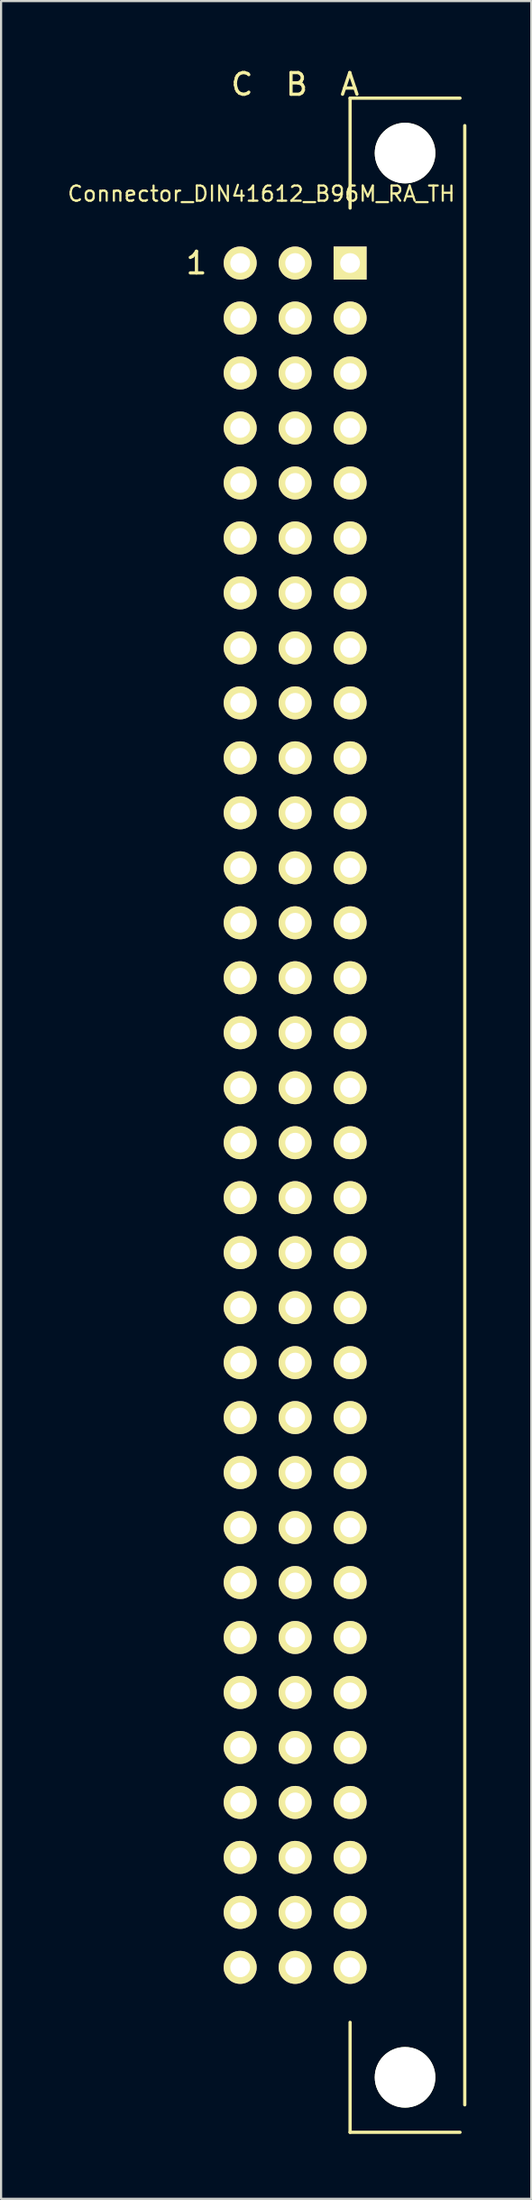
<source format=kicad_pcb>
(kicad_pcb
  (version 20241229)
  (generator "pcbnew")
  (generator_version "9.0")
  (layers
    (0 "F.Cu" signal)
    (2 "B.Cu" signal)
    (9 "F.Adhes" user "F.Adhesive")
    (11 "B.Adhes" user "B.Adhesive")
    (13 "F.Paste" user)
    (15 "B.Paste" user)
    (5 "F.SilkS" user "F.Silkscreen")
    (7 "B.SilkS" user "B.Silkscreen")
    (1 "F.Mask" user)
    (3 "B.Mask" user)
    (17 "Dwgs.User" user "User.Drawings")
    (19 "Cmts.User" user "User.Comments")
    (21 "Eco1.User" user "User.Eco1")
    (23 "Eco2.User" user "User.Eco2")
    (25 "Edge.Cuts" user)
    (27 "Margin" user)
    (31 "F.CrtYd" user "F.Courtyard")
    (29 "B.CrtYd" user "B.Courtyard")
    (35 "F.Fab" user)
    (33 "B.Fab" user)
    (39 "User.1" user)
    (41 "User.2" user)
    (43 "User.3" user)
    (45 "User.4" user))
  (footprint "Connector_DIN41612_B96M_RA_TH"
    (layer "F.Cu")
    (at 13.13 9.103)
    (property "Reference" "Connector_DIN41612_B96M_RA_TH" (at -4.1 -3.2 0) (layer "F.SilkS") (effects (font (size 0.7 0.7) (thickness 0.1))))
    (attr through_hole)
    (fp_line (start 0 -7.62) (end 5.08 -7.62) (stroke (width 0.15) (type solid)) (layer "F.SilkS"))
    (fp_line (start 0 -2.54) (end 0 -7.62) (stroke (width 0.15) (type solid)) (layer "F.SilkS"))
    (fp_line (start 0 81.28) (end 0 86.36) (stroke (width 0.15) (type solid)) (layer "F.SilkS"))
    (fp_line (start 0 86.36) (end 5.08 86.36) (stroke (width 0.15) (type solid)) (layer "F.SilkS"))
    (fp_line (start 5.3 85.09) (end 5.3 -6.35) (stroke (width 0.15) (type solid)) (layer "F.SilkS"))
    (fp_text user "1" (at -7.1 0 0) (layer "F.SilkS") (effects (font (size 1 1) (thickness 0.15))))
    (fp_text user "C  B  A" (at -2.54 -8.255 0) (layer "F.SilkS") (effects (font (size 1 1) (thickness 0.15))))
    (pad "" np_thru_hole circle (at 2.54 -5.08) (size 2.8 2.8) (drill 2.8) (layers "*.Cu" "*.Mask" "F.SilkS"))
    (pad "" np_thru_hole circle (at 2.54 83.82) (size 2.8 2.8) (drill 2.8) (layers "*.Cu" "*.Mask" "F.SilkS"))
    (pad "A1" thru_hole rect (at 0 0) (size 1.524 1.524) (drill 0.914) (layers "*.Cu" "*.Mask" "F.SilkS"))
    (pad "A2" thru_hole circle (at 0 2.54) (size 1.524 1.524) (drill 0.914) (layers "*.Cu" "*.Mask" "F.SilkS"))
    (pad "A3" thru_hole circle (at 0 5.08) (size 1.524 1.524) (drill 0.914) (layers "*.Cu" "*.Mask" "F.SilkS"))
    (pad "A4" thru_hole circle (at 0 7.62) (size 1.524 1.524) (drill 0.914) (layers "*.Cu" "*.Mask" "F.SilkS"))
    (pad "A5" thru_hole circle (at 0 10.16) (size 1.524 1.524) (drill 0.914) (layers "*.Cu" "*.Mask" "F.SilkS"))
    (pad "A6" thru_hole circle (at 0 12.7) (size 1.524 1.524) (drill 0.914) (layers "*.Cu" "*.Mask" "F.SilkS"))
    (pad "A7" thru_hole circle (at 0 15.24) (size 1.524 1.524) (drill 0.914) (layers "*.Cu" "*.Mask" "F.SilkS"))
    (pad "A8" thru_hole circle (at 0 17.78) (size 1.524 1.524) (drill 0.914) (layers "*.Cu" "*.Mask" "F.SilkS"))
    (pad "A9" thru_hole circle (at 0 20.32) (size 1.524 1.524) (drill 0.914) (layers "*.Cu" "*.Mask" "F.SilkS"))
    (pad "A10" thru_hole circle (at 0 22.86) (size 1.524 1.524) (drill 0.914) (layers "*.Cu" "*.Mask" "F.SilkS"))
    (pad "A11" thru_hole circle (at 0 25.4) (size 1.524 1.524) (drill 0.914) (layers "*.Cu" "*.Mask" "F.SilkS"))
    (pad "A12" thru_hole circle (at 0 27.94) (size 1.524 1.524) (drill 0.914) (layers "*.Cu" "*.Mask" "F.SilkS"))
    (pad "A13" thru_hole circle (at 0 30.48) (size 1.524 1.524) (drill 0.914) (layers "*.Cu" "*.Mask" "F.SilkS"))
    (pad "A14" thru_hole circle (at 0 33.02) (size 1.524 1.524) (drill 0.914) (layers "*.Cu" "*.Mask" "F.SilkS"))
    (pad "A15" thru_hole circle (at 0 35.56) (size 1.524 1.524) (drill 0.914) (layers "*.Cu" "*.Mask" "F.SilkS"))
    (pad "A16" thru_hole circle (at 0 38.1) (size 1.524 1.524) (drill 0.914) (layers "*.Cu" "*.Mask" "F.SilkS"))
    (pad "A17" thru_hole circle (at 0 40.64) (size 1.524 1.524) (drill 0.914) (layers "*.Cu" "*.Mask" "F.SilkS"))
    (pad "A18" thru_hole circle (at 0 43.18) (size 1.524 1.524) (drill 0.914) (layers "*.Cu" "*.Mask" "F.SilkS"))
    (pad "A19" thru_hole circle (at 0 45.72) (size 1.524 1.524) (drill 0.914) (layers "*.Cu" "*.Mask" "F.SilkS"))
    (pad "A20" thru_hole circle (at 0 48.26) (size 1.524 1.524) (drill 0.914) (layers "*.Cu" "*.Mask" "F.SilkS"))
    (pad "A21" thru_hole circle (at 0 50.8) (size 1.524 1.524) (drill 0.914) (layers "*.Cu" "*.Mask" "F.SilkS"))
    (pad "A22" thru_hole circle (at 0 53.34) (size 1.524 1.524) (drill 0.914) (layers "*.Cu" "*.Mask" "F.SilkS"))
    (pad "A23" thru_hole circle (at 0 55.88) (size 1.524 1.524) (drill 0.914) (layers "*.Cu" "*.Mask" "F.SilkS"))
    (pad "A24" thru_hole circle (at 0 58.42) (size 1.524 1.524) (drill 0.914) (layers "*.Cu" "*.Mask" "F.SilkS"))
    (pad "A25" thru_hole circle (at 0 60.96) (size 1.524 1.524) (drill 0.914) (layers "*.Cu" "*.Mask" "F.SilkS"))
    (pad "A26" thru_hole circle (at 0 63.5) (size 1.524 1.524) (drill 0.914) (layers "*.Cu" "*.Mask" "F.SilkS"))
    (pad "A27" thru_hole circle (at 0 66.04) (size 1.524 1.524) (drill 0.914) (layers "*.Cu" "*.Mask" "F.SilkS"))
    (pad "A28" thru_hole circle (at 0 68.58) (size 1.524 1.524) (drill 0.914) (layers "*.Cu" "*.Mask" "F.SilkS"))
    (pad "A29" thru_hole circle (at 0 71.12) (size 1.524 1.524) (drill 0.914) (layers "*.Cu" "*.Mask" "F.SilkS"))
    (pad "A30" thru_hole circle (at 0 73.66) (size 1.524 1.524) (drill 0.914) (layers "*.Cu" "*.Mask" "F.SilkS"))
    (pad "A31" thru_hole circle (at 0 76.2) (size 1.524 1.524) (drill 0.914) (layers "*.Cu" "*.Mask" "F.SilkS"))
    (pad "A32" thru_hole circle (at 0 78.74) (size 1.524 1.524) (drill 0.914) (layers "*.Cu" "*.Mask" "F.SilkS"))
    (pad "B1" thru_hole circle (at -2.54 0) (size 1.524 1.524) (drill 0.914) (layers "*.Cu" "*.Mask" "F.SilkS"))
    (pad "B2" thru_hole circle (at -2.54 2.54) (size 1.524 1.524) (drill 0.914) (layers "*.Cu" "*.Mask" "F.SilkS"))
    (pad "B3" thru_hole circle (at -2.54 5.08) (size 1.524 1.524) (drill 0.914) (layers "*.Cu" "*.Mask" "F.SilkS"))
    (pad "B4" thru_hole circle (at -2.54 7.62) (size 1.524 1.524) (drill 0.914) (layers "*.Cu" "*.Mask" "F.SilkS"))
    (pad "B5" thru_hole circle (at -2.54 10.16) (size 1.524 1.524) (drill 0.914) (layers "*.Cu" "*.Mask" "F.SilkS"))
    (pad "B6" thru_hole circle (at -2.54 12.7) (size 1.524 1.524) (drill 0.914) (layers "*.Cu" "*.Mask" "F.SilkS"))
    (pad "B7" thru_hole circle (at -2.54 15.24) (size 1.524 1.524) (drill 0.914) (layers "*.Cu" "*.Mask" "F.SilkS"))
    (pad "B8" thru_hole circle (at -2.54 17.78) (size 1.524 1.524) (drill 0.914) (layers "*.Cu" "*.Mask" "F.SilkS"))
    (pad "B9" thru_hole circle (at -2.54 20.32) (size 1.524 1.524) (drill 0.914) (layers "*.Cu" "*.Mask" "F.SilkS"))
    (pad "B10" thru_hole circle (at -2.54 22.86) (size 1.524 1.524) (drill 0.914) (layers "*.Cu" "*.Mask" "F.SilkS"))
    (pad "B11" thru_hole circle (at -2.54 25.4) (size 1.524 1.524) (drill 0.914) (layers "*.Cu" "*.Mask" "F.SilkS"))
    (pad "B12" thru_hole circle (at -2.54 27.94) (size 1.524 1.524) (drill 0.914) (layers "*.Cu" "*.Mask" "F.SilkS"))
    (pad "B13" thru_hole circle (at -2.54 30.48) (size 1.524 1.524) (drill 0.914) (layers "*.Cu" "*.Mask" "F.SilkS"))
    (pad "B14" thru_hole circle (at -2.54 33.02) (size 1.524 1.524) (drill 0.914) (layers "*.Cu" "*.Mask" "F.SilkS"))
    (pad "B15" thru_hole circle (at -2.54 35.56) (size 1.524 1.524) (drill 0.914) (layers "*.Cu" "*.Mask" "F.SilkS"))
    (pad "B16" thru_hole circle (at -2.54 38.1) (size 1.524 1.524) (drill 0.914) (layers "*.Cu" "*.Mask" "F.SilkS"))
    (pad "B17" thru_hole circle (at -2.54 40.64) (size 1.524 1.524) (drill 0.914) (layers "*.Cu" "*.Mask" "F.SilkS"))
    (pad "B18" thru_hole circle (at -2.54 43.18) (size 1.524 1.524) (drill 0.914) (layers "*.Cu" "*.Mask" "F.SilkS"))
    (pad "B19" thru_hole circle (at -2.54 45.72) (size 1.524 1.524) (drill 0.914) (layers "*.Cu" "*.Mask" "F.SilkS"))
    (pad "B20" thru_hole circle (at -2.54 48.26) (size 1.524 1.524) (drill 0.914) (layers "*.Cu" "*.Mask" "F.SilkS"))
    (pad "B21" thru_hole circle (at -2.54 50.8) (size 1.524 1.524) (drill 0.914) (layers "*.Cu" "*.Mask" "F.SilkS"))
    (pad "B22" thru_hole circle (at -2.54 53.34) (size 1.524 1.524) (drill 0.914) (layers "*.Cu" "*.Mask" "F.SilkS"))
    (pad "B23" thru_hole circle (at -2.54 55.88) (size 1.524 1.524) (drill 0.914) (layers "*.Cu" "*.Mask" "F.SilkS"))
    (pad "B24" thru_hole circle (at -2.54 58.42) (size 1.524 1.524) (drill 0.914) (layers "*.Cu" "*.Mask" "F.SilkS"))
    (pad "B25" thru_hole circle (at -2.54 60.96) (size 1.524 1.524) (drill 0.914) (layers "*.Cu" "*.Mask" "F.SilkS"))
    (pad "B26" thru_hole circle (at -2.54 63.5) (size 1.524 1.524) (drill 0.914) (layers "*.Cu" "*.Mask" "F.SilkS"))
    (pad "B27" thru_hole circle (at -2.54 66.04) (size 1.524 1.524) (drill 0.914) (layers "*.Cu" "*.Mask" "F.SilkS"))
    (pad "B28" thru_hole circle (at -2.54 68.58) (size 1.524 1.524) (drill 0.914) (layers "*.Cu" "*.Mask" "F.SilkS"))
    (pad "B29" thru_hole circle (at -2.54 71.12) (size 1.524 1.524) (drill 0.914) (layers "*.Cu" "*.Mask" "F.SilkS"))
    (pad "B30" thru_hole circle (at -2.54 73.66) (size 1.524 1.524) (drill 0.914) (layers "*.Cu" "*.Mask" "F.SilkS"))
    (pad "B31" thru_hole circle (at -2.54 76.2) (size 1.524 1.524) (drill 0.914) (layers "*.Cu" "*.Mask" "F.SilkS"))
    (pad "B32" thru_hole circle (at -2.54 78.74) (size 1.524 1.524) (drill 0.914) (layers "*.Cu" "*.Mask" "F.SilkS"))
    (pad "C1" thru_hole circle (at -5.08 0) (size 1.524 1.524) (drill 0.914) (layers "*.Cu" "*.Mask" "F.SilkS"))
    (pad "C2" thru_hole circle (at -5.08 2.54) (size 1.524 1.524) (drill 0.914) (layers "*.Cu" "*.Mask" "F.SilkS"))
    (pad "C3" thru_hole circle (at -5.08 5.08) (size 1.524 1.524) (drill 0.914) (layers "*.Cu" "*.Mask" "F.SilkS"))
    (pad "C4" thru_hole circle (at -5.08 7.62) (size 1.524 1.524) (drill 0.914) (layers "*.Cu" "*.Mask" "F.SilkS"))
    (pad "C5" thru_hole circle (at -5.08 10.16) (size 1.524 1.524) (drill 0.914) (layers "*.Cu" "*.Mask" "F.SilkS"))
    (pad "C6" thru_hole circle (at -5.08 12.7) (size 1.524 1.524) (drill 0.914) (layers "*.Cu" "*.Mask" "F.SilkS"))
    (pad "C7" thru_hole circle (at -5.08 15.24) (size 1.524 1.524) (drill 0.914) (layers "*.Cu" "*.Mask" "F.SilkS"))
    (pad "C8" thru_hole circle (at -5.08 17.78) (size 1.524 1.524) (drill 0.914) (layers "*.Cu" "*.Mask" "F.SilkS"))
    (pad "C9" thru_hole circle (at -5.08 20.32) (size 1.524 1.524) (drill 0.914) (layers "*.Cu" "*.Mask" "F.SilkS"))
    (pad "C10" thru_hole circle (at -5.08 22.86) (size 1.524 1.524) (drill 0.914) (layers "*.Cu" "*.Mask" "F.SilkS"))
    (pad "C11" thru_hole circle (at -5.08 25.4) (size 1.524 1.524) (drill 0.914) (layers "*.Cu" "*.Mask" "F.SilkS"))
    (pad "C12" thru_hole circle (at -5.08 27.94) (size 1.524 1.524) (drill 0.914) (layers "*.Cu" "*.Mask" "F.SilkS"))
    (pad "C13" thru_hole circle (at -5.08 30.48) (size 1.524 1.524) (drill 0.914) (layers "*.Cu" "*.Mask" "F.SilkS"))
    (pad "C14" thru_hole circle (at -5.08 33.02) (size 1.524 1.524) (drill 0.914) (layers "*.Cu" "*.Mask" "F.SilkS"))
    (pad "C15" thru_hole circle (at -5.08 35.56) (size 1.524 1.524) (drill 0.914) (layers "*.Cu" "*.Mask" "F.SilkS"))
    (pad "C16" thru_hole circle (at -5.08 38.1) (size 1.524 1.524) (drill 0.914) (layers "*.Cu" "*.Mask" "F.SilkS"))
    (pad "C17" thru_hole circle (at -5.08 40.64) (size 1.524 1.524) (drill 0.914) (layers "*.Cu" "*.Mask" "F.SilkS"))
    (pad "C18" thru_hole circle (at -5.08 43.18) (size 1.524 1.524) (drill 0.914) (layers "*.Cu" "*.Mask" "F.SilkS"))
    (pad "C19" thru_hole circle (at -5.08 45.72) (size 1.524 1.524) (drill 0.914) (layers "*.Cu" "*.Mask" "F.SilkS"))
    (pad "C20" thru_hole circle (at -5.08 48.26) (size 1.524 1.524) (drill 0.914) (layers "*.Cu" "*.Mask" "F.SilkS"))
    (pad "C21" thru_hole circle (at -5.08 50.8) (size 1.524 1.524) (drill 0.914) (layers "*.Cu" "*.Mask" "F.SilkS"))
    (pad "C22" thru_hole circle (at -5.08 53.34) (size 1.524 1.524) (drill 0.914) (layers "*.Cu" "*.Mask" "F.SilkS"))
    (pad "C23" thru_hole circle (at -5.08 55.88) (size 1.524 1.524) (drill 0.914) (layers "*.Cu" "*.Mask" "F.SilkS"))
    (pad "C24" thru_hole circle (at -5.08 58.42) (size 1.524 1.524) (drill 0.914) (layers "*.Cu" "*.Mask" "F.SilkS"))
    (pad "C25" thru_hole circle (at -5.08 60.96) (size 1.524 1.524) (drill 0.914) (layers "*.Cu" "*.Mask" "F.SilkS"))
    (pad "C26" thru_hole circle (at -5.08 63.5) (size 1.524 1.524) (drill 0.914) (layers "*.Cu" "*.Mask" "F.SilkS"))
    (pad "C27" thru_hole circle (at -5.08 66.04) (size 1.524 1.524) (drill 0.914) (layers "*.Cu" "*.Mask" "F.SilkS"))
    (pad "C28" thru_hole circle (at -5.08 68.58) (size 1.524 1.524) (drill 0.914) (layers "*.Cu" "*.Mask" "F.SilkS"))
    (pad "C29" thru_hole circle (at -5.08 71.12) (size 1.524 1.524) (drill 0.914) (layers "*.Cu" "*.Mask" "F.SilkS"))
    (pad "C30" thru_hole circle (at -5.08 73.66) (size 1.524 1.524) (drill 0.914) (layers "*.Cu" "*.Mask" "F.SilkS"))
    (pad "C31" thru_hole circle (at -5.08 76.2) (size 1.524 1.524) (drill 0.914) (layers "*.Cu" "*.Mask" "F.SilkS"))
    (pad "C32" thru_hole circle (at -5.08 78.74) (size 1.524 1.524) (drill 0.914) (layers "*.Cu" "*.Mask" "F.SilkS")))
  (gr_rect
    (start -3 -3)
    (end 21.505 98.538)
    (stroke (width 0.1) (type default))
    (fill no)
    (layer "Edge.Cuts")))
</source>
